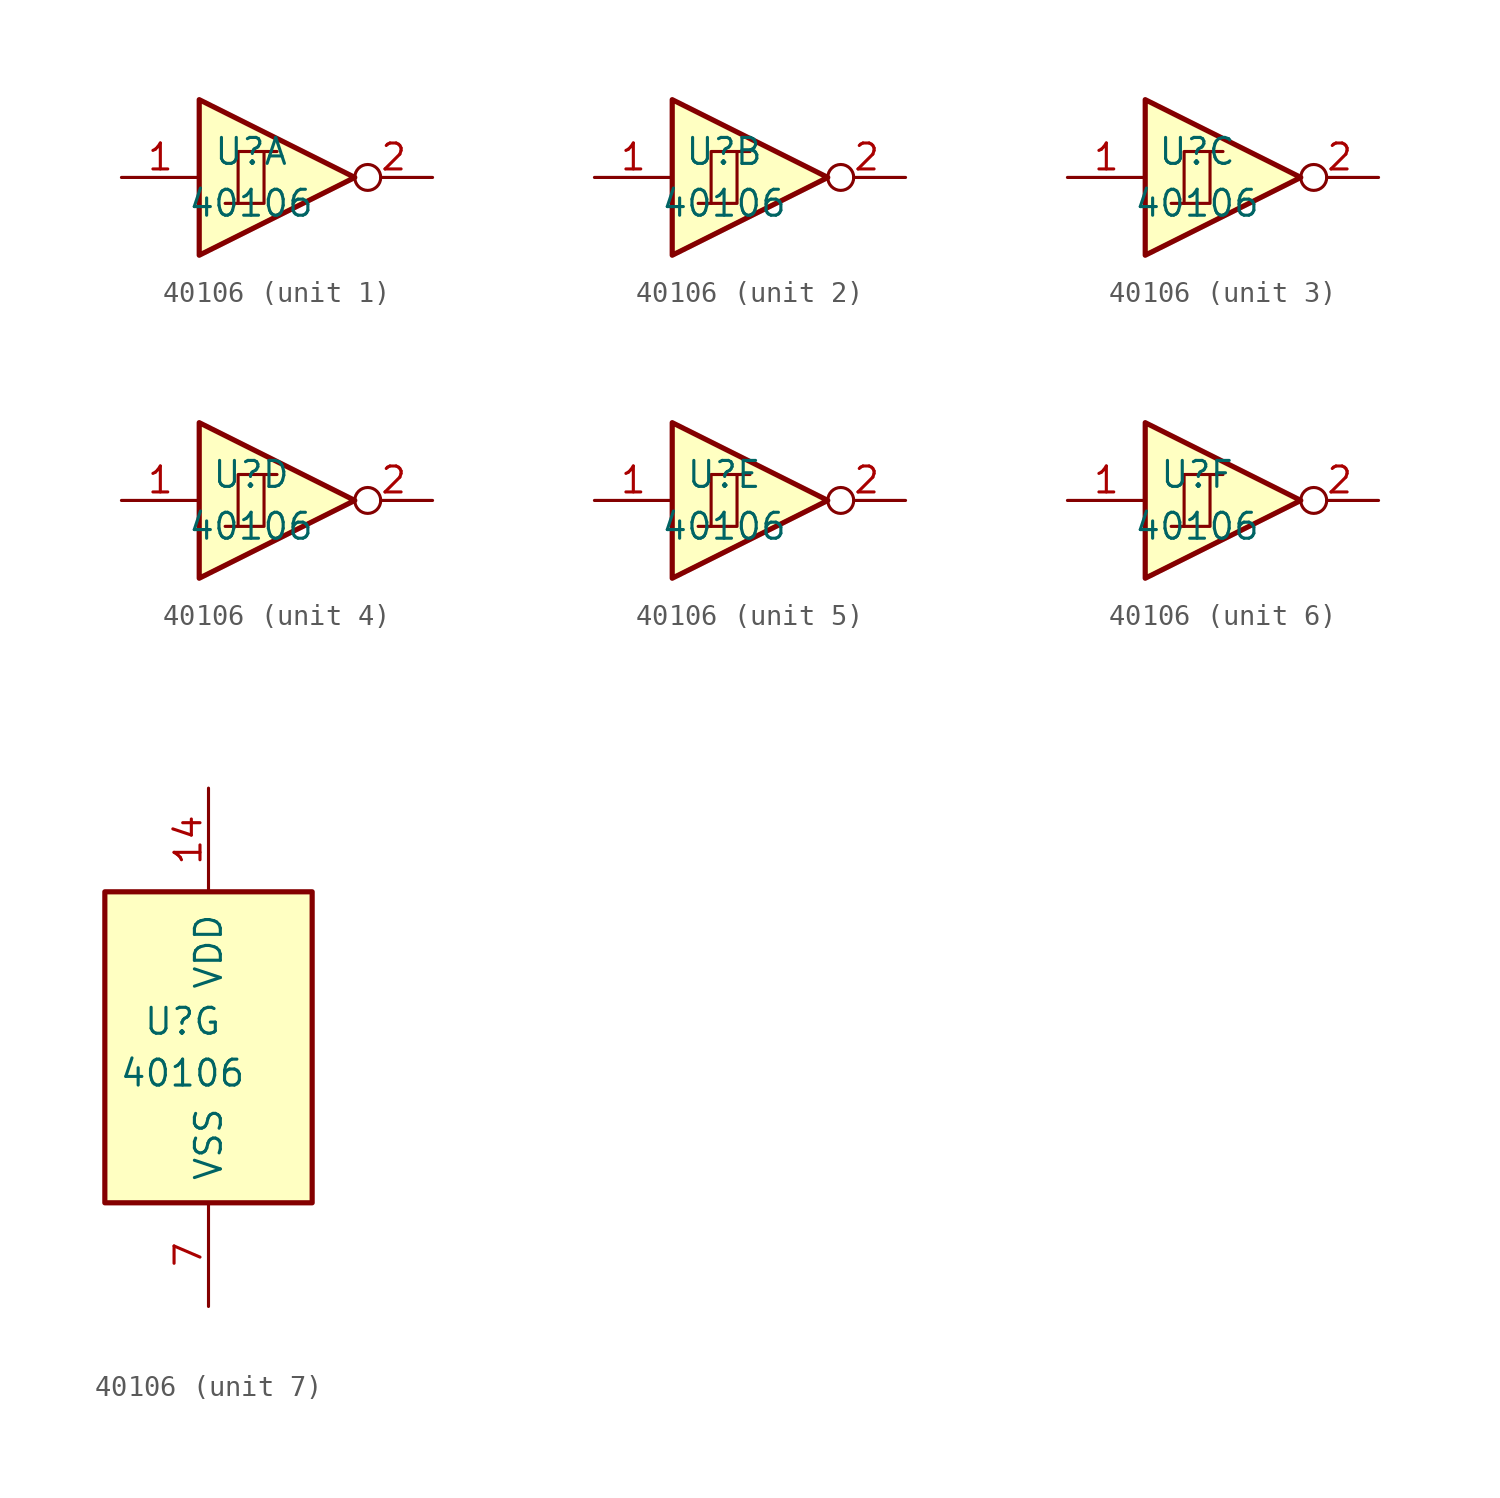
<source format=kicad_sym>
(kicad_symbol_lib
  (version 20220914)
  (generator kicad_symbol_editor)
  (symbol "40106"
    (pin_names
      (offset 1.016))
    (property "Reference" "U"
      (at -1.27 1.27 0)
      (effects (font (size 1.27 1.27))))
    (property "Value" "40106"
      (at -1.27 -1.27 0)
      (effects (font (size 1.27 1.27))))
    (property "ki_locked" ""
      (at 0 0 0)
      (effects (font (size 1.27 1.27))))
    (symbol "40106_1_0"
      (polyline (pts (xy -1.905 -1.27) (xy -1.905 1.27) (xy -0.635 1.27)) (stroke (width 0) (type default)) (fill (type none)))
      (polyline (pts (xy -3.81 3.81) (xy -3.81 -3.81) (xy 3.81 0) (xy -3.81 3.81)) (stroke (width 0.254) (type default)) (fill (type background)))
      (polyline (pts (xy -2.54 -1.27) (xy -0.635 -1.27) (xy -0.635 1.27) (xy 0 1.27)) (stroke (width 0) (type default)) (fill (type none)))
      (pin input line (at -7.62 0 0) (length 3.81) (name "~" (effects (font (size 1.27 1.27)))) (number "1" (effects (font (size 1.27 1.27)))))
      (pin output inverted (at 7.62 0 180) (length 3.81) (name "~" (effects (font (size 1.27 1.27)))) (number "2" (effects (font (size 1.27 1.27))))))
    (symbol "40106_2_0"
      (polyline (pts (xy -1.905 -1.27) (xy -1.905 1.27) (xy -0.635 1.27)) (stroke (width 0) (type default)) (fill (type none)))
      (polyline (pts (xy -3.81 3.81) (xy -3.81 -3.81) (xy 3.81 0) (xy -3.81 3.81)) (stroke (width 0.254) (type default)) (fill (type background)))
      (polyline (pts (xy -2.54 -1.27) (xy -0.635 -1.27) (xy -0.635 1.27) (xy 0 1.27)) (stroke (width 0) (type default)) (fill (type none)))
      (pin input line (at -7.62 0 0) (length 3.81) (name "~" (effects (font (size 1.27 1.27)))) (number "1" (effects (font (size 1.27 1.27)))))
      (pin output inverted (at 7.62 0 180) (length 3.81) (name "~" (effects (font (size 1.27 1.27)))) (number "2" (effects (font (size 1.27 1.27))))))
    (symbol "40106_3_0"
      (polyline (pts (xy -1.905 -1.27) (xy -1.905 1.27) (xy -0.635 1.27)) (stroke (width 0) (type default)) (fill (type none)))
      (polyline (pts (xy -3.81 3.81) (xy -3.81 -3.81) (xy 3.81 0) (xy -3.81 3.81)) (stroke (width 0.254) (type default)) (fill (type background)))
      (polyline (pts (xy -2.54 -1.27) (xy -0.635 -1.27) (xy -0.635 1.27) (xy 0 1.27)) (stroke (width 0) (type default)) (fill (type none)))
      (pin input line (at -7.62 0 0) (length 3.81) (name "~" (effects (font (size 1.27 1.27)))) (number "1" (effects (font (size 1.27 1.27)))))
      (pin output inverted (at 7.62 0 180) (length 3.81) (name "~" (effects (font (size 1.27 1.27)))) (number "2" (effects (font (size 1.27 1.27))))))
    (symbol "40106_4_0"
      (polyline (pts (xy -1.905 -1.27) (xy -1.905 1.27) (xy -0.635 1.27)) (stroke (width 0) (type default)) (fill (type none)))
      (polyline (pts (xy -3.81 3.81) (xy -3.81 -3.81) (xy 3.81 0) (xy -3.81 3.81)) (stroke (width 0.254) (type default)) (fill (type background)))
      (polyline (pts (xy -2.54 -1.27) (xy -0.635 -1.27) (xy -0.635 1.27) (xy 0 1.27)) (stroke (width 0) (type default)) (fill (type none)))
      (pin input line (at -7.62 0 0) (length 3.81) (name "~" (effects (font (size 1.27 1.27)))) (number "1" (effects (font (size 1.27 1.27)))))
      (pin output inverted (at 7.62 0 180) (length 3.81) (name "~" (effects (font (size 1.27 1.27)))) (number "2" (effects (font (size 1.27 1.27))))))
    (symbol "40106_5_0"
      (polyline (pts (xy -1.905 -1.27) (xy -1.905 1.27) (xy -0.635 1.27)) (stroke (width 0) (type default)) (fill (type none)))
      (polyline (pts (xy -3.81 3.81) (xy -3.81 -3.81) (xy 3.81 0) (xy -3.81 3.81)) (stroke (width 0.254) (type default)) (fill (type background)))
      (polyline (pts (xy -2.54 -1.27) (xy -0.635 -1.27) (xy -0.635 1.27) (xy 0 1.27)) (stroke (width 0) (type default)) (fill (type none)))
      (pin input line (at -7.62 0 0) (length 3.81) (name "~" (effects (font (size 1.27 1.27)))) (number "1" (effects (font (size 1.27 1.27)))))
      (pin output inverted (at 7.62 0 180) (length 3.81) (name "~" (effects (font (size 1.27 1.27)))) (number "2" (effects (font (size 1.27 1.27))))))
    (symbol "40106_6_0"
      (polyline (pts (xy -1.905 -1.27) (xy -1.905 1.27) (xy -0.635 1.27)) (stroke (width 0) (type default)) (fill (type none)))
      (polyline (pts (xy -3.81 3.81) (xy -3.81 -3.81) (xy 3.81 0) (xy -3.81 3.81)) (stroke (width 0.254) (type default)) (fill (type background)))
      (polyline (pts (xy -2.54 -1.27) (xy -0.635 -1.27) (xy -0.635 1.27) (xy 0 1.27)) (stroke (width 0) (type default)) (fill (type none)))
      (pin input line (at -7.62 0 0) (length 3.81) (name "~" (effects (font (size 1.27 1.27)))) (number "1" (effects (font (size 1.27 1.27)))))
      (pin output inverted (at 7.62 0 180) (length 3.81) (name "~" (effects (font (size 1.27 1.27)))) (number "2" (effects (font (size 1.27 1.27))))))
    (symbol "40106_7_0"
      (pin power_in line (at 0 12.7 270) (length 5.08) (name "VDD" (effects (font (size 1.27 1.27)))) (number "14" (effects (font (size 1.27 1.27)))))
      (pin power_in line (at 0 -12.7 90) (length 5.08) (name "VSS" (effects (font (size 1.27 1.27)))) (number "7" (effects (font (size 1.27 1.27))))))
    (symbol "40106_7_1"
      (rectangle (start -5.08 7.62) (end 5.08 -7.62) (stroke (width 0.254) (type default)) (fill (type background))))))
</source>
